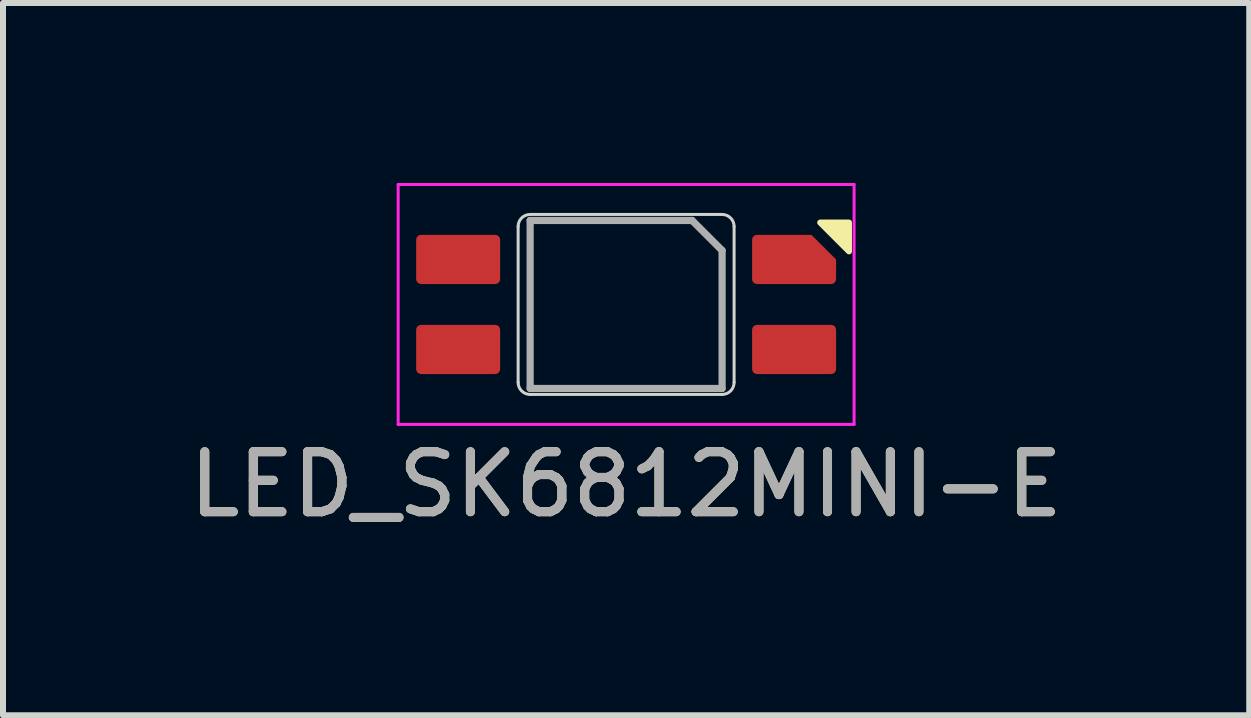
<source format=kicad_pcb>
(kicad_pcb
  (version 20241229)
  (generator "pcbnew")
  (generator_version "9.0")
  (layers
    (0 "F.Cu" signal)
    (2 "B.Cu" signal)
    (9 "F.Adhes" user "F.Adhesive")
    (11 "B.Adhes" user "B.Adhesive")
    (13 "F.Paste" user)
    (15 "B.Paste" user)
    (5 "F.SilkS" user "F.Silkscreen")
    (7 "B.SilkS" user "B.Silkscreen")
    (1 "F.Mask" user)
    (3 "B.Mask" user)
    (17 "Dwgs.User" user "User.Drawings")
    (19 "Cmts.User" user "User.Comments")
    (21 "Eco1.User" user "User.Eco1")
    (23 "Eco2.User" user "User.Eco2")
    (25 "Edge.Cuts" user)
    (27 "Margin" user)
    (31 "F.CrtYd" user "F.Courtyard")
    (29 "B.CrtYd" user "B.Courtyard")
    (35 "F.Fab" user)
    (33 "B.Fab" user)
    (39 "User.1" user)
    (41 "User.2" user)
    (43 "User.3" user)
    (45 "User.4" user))
  (footprint "LED_SK6812MINI-E"
    (layer "F.Cu")
    (at 7.387 2.025)
    (property "Reference" "LED_SK6812MINI-E" (at 0 3 0) (layer "F.SilkS") (effects (font (size 1 1) (thickness 0.15))))
    (attr smd)
    (fp_poly (pts (xy 3.715 -1.365) (xy 3.715 -0.885) (xy 3.235 -1.365) (xy 3.715 -1.365)) (stroke (width 0.1) (type solid)) (fill yes) (layer "F.SilkS"))
    (fp_line (start -1.8 1.3) (end -1.8 -1.3) (stroke (width 0.05) (type solid)) (layer "Edge.Cuts"))
    (fp_line (start -1.6 -1.5) (end 1.6 -1.5) (stroke (width 0.05) (type solid)) (layer "Edge.Cuts"))
    (fp_line (start 1.6 1.5) (end -1.6 1.5) (stroke (width 0.05) (type solid)) (layer "Edge.Cuts"))
    (fp_line (start 1.8 -1.3) (end 1.8 1.3) (stroke (width 0.05) (type solid)) (layer "Edge.Cuts"))
    (fp_arc (start -1.8 -1.3) (mid -1.741421 -1.441421) (end -1.6 -1.5) (stroke (width 0.05) (type solid)) (layer "Edge.Cuts"))
    (fp_arc (start -1.6 1.5) (mid -1.741421 1.441421) (end -1.8 1.3) (stroke (width 0.05) (type solid)) (layer "Edge.Cuts"))
    (fp_arc (start 1.6 -1.5) (mid 1.741421 -1.441421) (end 1.8 -1.3) (stroke (width 0.05) (type solid)) (layer "Edge.Cuts"))
    (fp_arc (start 1.8 1.3) (mid 1.741421 1.441421) (end 1.6 1.5) (stroke (width 0.05) (type solid)) (layer "Edge.Cuts"))
    (fp_line (start -3.8 -2) (end 3.8 -2) (stroke (width 0.05) (type solid)) (layer "F.CrtYd"))
    (fp_line (start -3.8 2) (end -3.8 -2) (stroke (width 0.05) (type solid)) (layer "F.CrtYd"))
    (fp_line (start 3.8 -2) (end 3.8 2) (stroke (width 0.05) (type solid)) (layer "F.CrtYd"))
    (fp_line (start 3.8 2) (end -3.8 2) (stroke (width 0.05) (type solid)) (layer "F.CrtYd"))
    (fp_line (start -1.6 -1.4) (end 1.1 -1.4) (stroke (width 0.12) (type solid)) (layer "F.Fab"))
    (fp_line (start -1.6 1.4) (end -1.6 -1.4) (stroke (width 0.12) (type solid)) (layer "F.Fab"))
    (fp_line (start 1.6 -0.9) (end 1.1 -1.4) (stroke (width 0.12) (type solid)) (layer "F.Fab"))
    (fp_line (start 1.6 -0.9) (end 1.6 1.4) (stroke (width 0.12) (type solid)) (layer "F.Fab"))
    (fp_line (start 1.6 1.4) (end -1.6 1.4) (stroke (width 0.12) (type solid)) (layer "F.Fab"))
    (fp_text user "${REFERENCE}" (at 0 3 0) (unlocked yes) (layer "F.Fab") (effects (font (size 1 1) (thickness 0.15))))
    (pad "1" smd roundrect (at -2.8 0.75 270) (size 0.82 1.4) (layers "F.Cu" "F.Mask" "F.Paste") (roundrect_rratio 0.1))
    (pad "2" smd roundrect (at -2.8 -0.75 270) (size 0.82 1.4) (layers "F.Cu" "F.Mask" "F.Paste") (roundrect_rratio 0.1))
    (pad "3" smd roundrect (at 2.8 -0.75 270) (size 0.82 1.4) (layers "F.Cu" "F.Mask" "F.Paste") (roundrect_rratio 0.1) (chamfer_ratio 0.5) (chamfer top_left))
    (pad "4" smd roundrect (at 2.8 0.75 270) (size 0.82 1.4) (layers "F.Cu" "F.Mask" "F.Paste") (roundrect_rratio 0.1)))
  (gr_rect
    (start -3 -3)
    (end 17.774 8.873)
    (stroke (width 0.1) (type default))
    (fill no)
    (layer "Edge.Cuts")))
</source>
